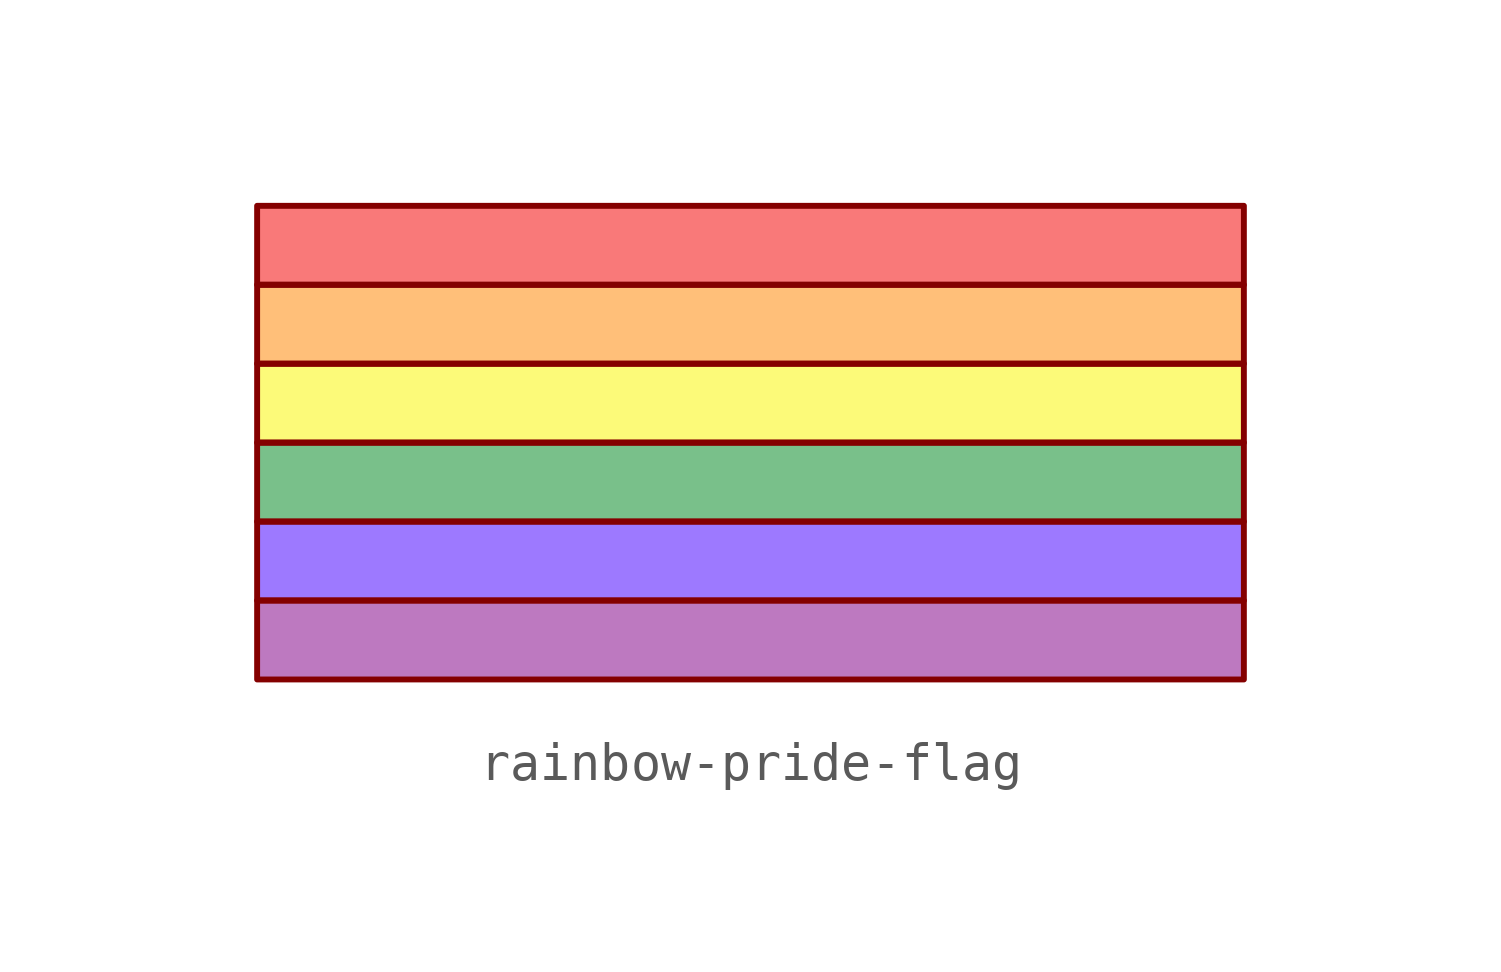
<source format=kicad_sym>
(kicad_symbol_lib
  (version 20220126)
  (generator kicad_symbol_editor)
  (symbol "rainbow-pride-flag"
    (pin_numbers hide)
    (pin_names
      (offset 0) hide)
    (property "Reference" "#LOGO"
      (at 0 1.27 0)
      (effects (font (size 1.27 1.27)) hide))
    (symbol "rainbow-pride-flag_0_1"
      (rectangle (start -12.7 -4.318) (end 12.7 -6.35) (stroke (width 0.152) (type default)) (fill (type color) (color 189 121 192 1)))
      (rectangle (start -12.7 -2.286) (end 12.7 -4.318) (stroke (width 0.152) (type default)) (fill (type color) (color 157 121 255 1)))
      (rectangle (start -12.7 -0.254) (end 12.7 -2.286) (stroke (width 0.152) (type default)) (fill (type color) (color 121 192 138 1)))
      (rectangle (start -12.7 1.778) (end 12.7 -0.254) (stroke (width 0.152) (type default)) (fill (type color) (color 252 250 121 1)))
      (rectangle (start -12.7 3.81) (end 12.7 1.778) (stroke (width 0.152) (type default)) (fill (type color) (color 255 191 121 1)))
      (rectangle (start -12.7 5.842) (end 12.7 3.81) (stroke (width 0.152) (type default)) (fill (type color) (color 249 121 121 1))))))
</source>
